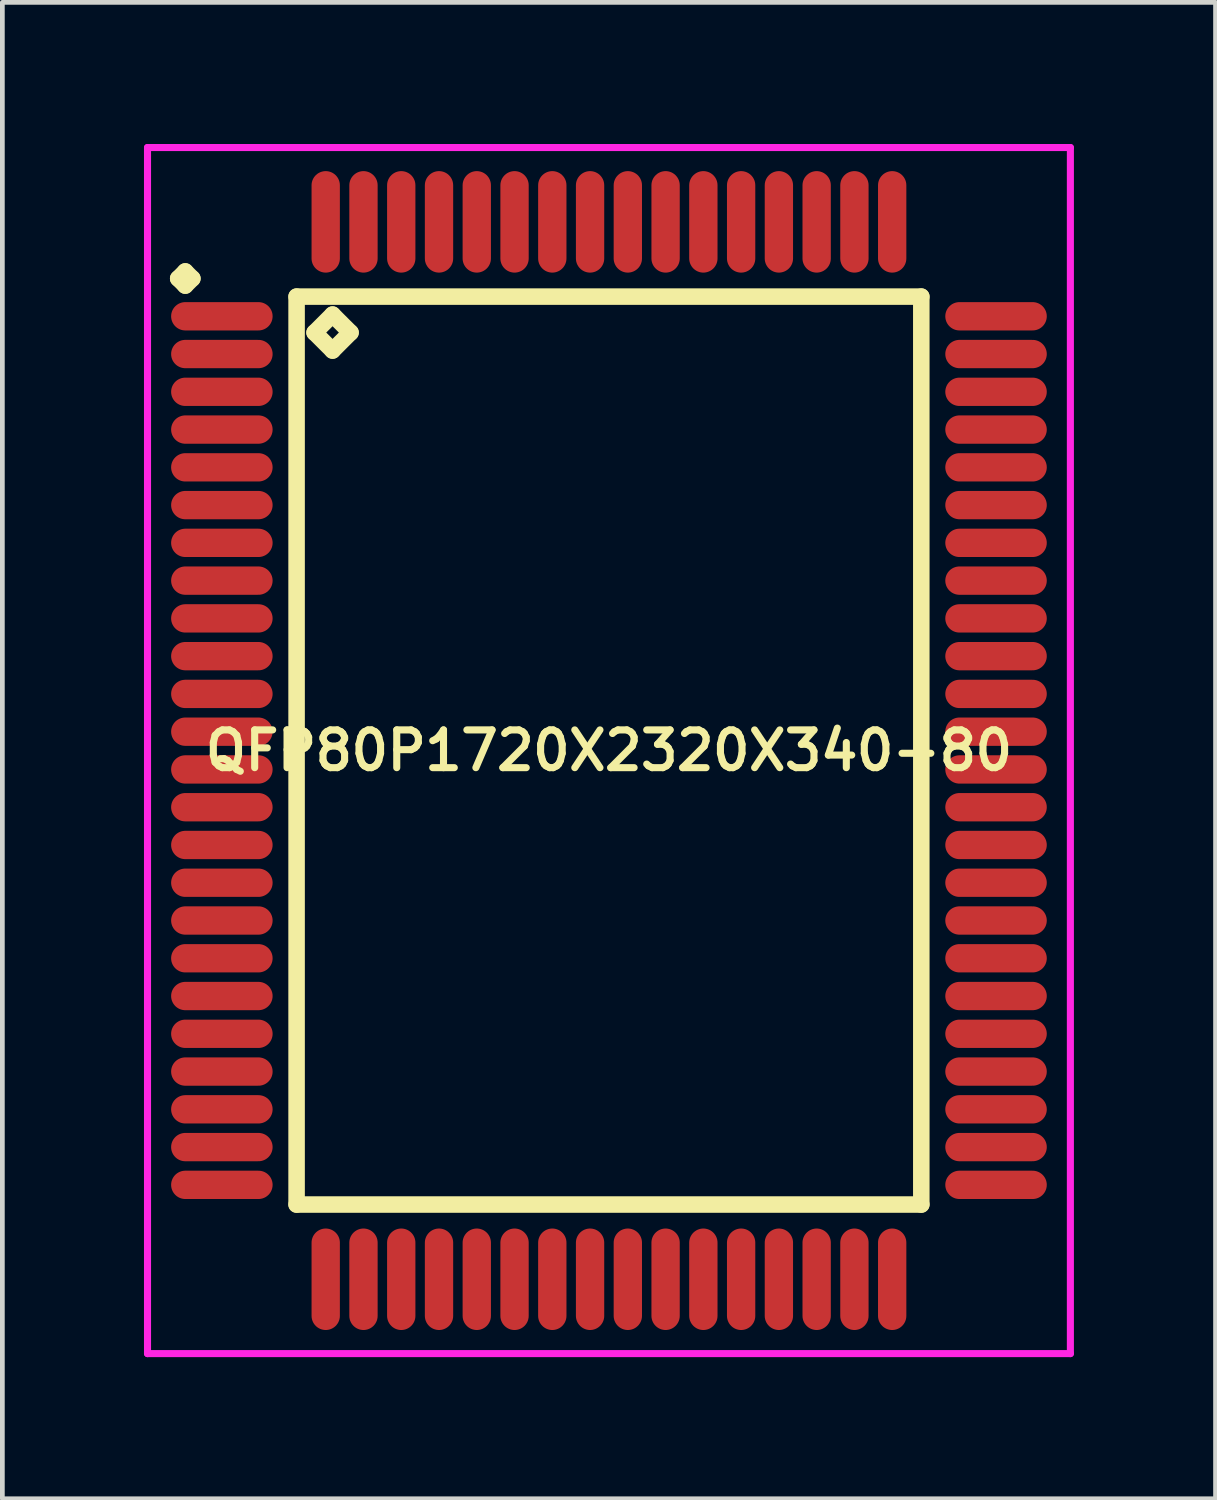
<source format=kicad_pcb>
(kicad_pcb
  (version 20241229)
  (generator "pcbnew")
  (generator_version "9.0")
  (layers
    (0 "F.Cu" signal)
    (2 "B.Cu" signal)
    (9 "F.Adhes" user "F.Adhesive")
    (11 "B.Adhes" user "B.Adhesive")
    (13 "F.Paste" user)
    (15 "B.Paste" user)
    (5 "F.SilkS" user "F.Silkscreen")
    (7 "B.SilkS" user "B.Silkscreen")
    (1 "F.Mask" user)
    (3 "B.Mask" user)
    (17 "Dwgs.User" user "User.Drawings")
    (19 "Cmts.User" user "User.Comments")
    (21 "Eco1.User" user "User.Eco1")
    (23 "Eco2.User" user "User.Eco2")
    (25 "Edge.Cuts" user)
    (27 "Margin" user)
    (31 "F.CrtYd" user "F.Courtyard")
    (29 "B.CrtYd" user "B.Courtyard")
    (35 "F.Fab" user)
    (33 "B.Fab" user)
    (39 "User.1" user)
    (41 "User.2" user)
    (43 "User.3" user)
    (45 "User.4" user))
  (footprint "QFP80P1720X2320X340-80"
    (layer "F.Cu")
    (at 9.85 12.85)
    (property "Reference" "QFP80P1720X2320X340-80" (at 0 0 0) (layer "F.SilkS") (effects (font (size 0.8 0.8) (thickness 0.15))))
    (attr smd)
    (fp_line (start -9.125 -10) (end -8.975 -10.15) (stroke (width 0.35) (type solid)) (layer "F.SilkS"))
    (fp_line (start -8.975 -10.15) (end -8.825 -10) (stroke (width 0.35) (type solid)) (layer "F.SilkS"))
    (fp_line (start -8.975 -9.85) (end -9.125 -10) (stroke (width 0.35) (type solid)) (layer "F.SilkS"))
    (fp_line (start -8.825 -10) (end -8.975 -9.85) (stroke (width 0.35) (type solid)) (layer "F.SilkS"))
    (fp_line (start -6.617 -9.617) (end -6.617 9.617) (stroke (width 0.35) (type solid)) (layer "F.SilkS"))
    (fp_line (start -6.617 9.617) (end 6.617 9.617) (stroke (width 0.35) (type solid)) (layer "F.SilkS"))
    (fp_line (start -6.236 -8.855) (end -5.855 -9.236) (stroke (width 0.35) (type solid)) (layer "F.SilkS"))
    (fp_line (start -5.855 -9.236) (end -5.474 -8.855) (stroke (width 0.35) (type solid)) (layer "F.SilkS"))
    (fp_line (start -5.855 -8.474) (end -6.236 -8.855) (stroke (width 0.35) (type solid)) (layer "F.SilkS"))
    (fp_line (start -5.474 -8.855) (end -5.855 -8.474) (stroke (width 0.35) (type solid)) (layer "F.SilkS"))
    (fp_line (start 6.617 -9.617) (end -6.617 -9.617) (stroke (width 0.35) (type solid)) (layer "F.SilkS"))
    (fp_line (start 6.617 9.617) (end 6.617 -9.617) (stroke (width 0.35) (type solid)) (layer "F.SilkS"))
    (fp_line (start -9.775 -12.775) (end 9.775 -12.775) (stroke (width 0.15) (type solid)) (layer "F.CrtYd"))
    (fp_line (start -9.775 12.775) (end -9.775 -12.775) (stroke (width 0.15) (type solid)) (layer "F.CrtYd"))
    (fp_line (start 9.775 -12.775) (end 9.775 12.775) (stroke (width 0.15) (type solid)) (layer "F.CrtYd"))
    (fp_line (start 9.775 12.775) (end -9.775 12.775) (stroke (width 0.15) (type solid)) (layer "F.CrtYd"))
    (pad "1" smd oval (at -8.2 -9.2) (size 2.15 0.6) (layers "F.Cu" "F.Mask" "F.Paste"))
    (pad "2" smd oval (at -8.2 -8.4) (size 2.15 0.6) (layers "F.Cu" "F.Mask" "F.Paste"))
    (pad "3" smd oval (at -8.2 -7.6) (size 2.15 0.6) (layers "F.Cu" "F.Mask" "F.Paste"))
    (pad "4" smd oval (at -8.2 -6.8) (size 2.15 0.6) (layers "F.Cu" "F.Mask" "F.Paste"))
    (pad "5" smd oval (at -8.2 -6) (size 2.15 0.6) (layers "F.Cu" "F.Mask" "F.Paste"))
    (pad "6" smd oval (at -8.2 -5.2) (size 2.15 0.6) (layers "F.Cu" "F.Mask" "F.Paste"))
    (pad "7" smd oval (at -8.2 -4.4) (size 2.15 0.6) (layers "F.Cu" "F.Mask" "F.Paste"))
    (pad "8" smd oval (at -8.2 -3.6) (size 2.15 0.6) (layers "F.Cu" "F.Mask" "F.Paste"))
    (pad "9" smd oval (at -8.2 -2.8) (size 2.15 0.6) (layers "F.Cu" "F.Mask" "F.Paste"))
    (pad "10" smd oval (at -8.2 -2) (size 2.15 0.6) (layers "F.Cu" "F.Mask" "F.Paste"))
    (pad "11" smd oval (at -8.2 -1.2) (size 2.15 0.6) (layers "F.Cu" "F.Mask" "F.Paste"))
    (pad "12" smd oval (at -8.2 -0.4) (size 2.15 0.6) (layers "F.Cu" "F.Mask" "F.Paste"))
    (pad "13" smd oval (at -8.2 0.4) (size 2.15 0.6) (layers "F.Cu" "F.Mask" "F.Paste"))
    (pad "14" smd oval (at -8.2 1.2) (size 2.15 0.6) (layers "F.Cu" "F.Mask" "F.Paste"))
    (pad "15" smd oval (at -8.2 2) (size 2.15 0.6) (layers "F.Cu" "F.Mask" "F.Paste"))
    (pad "16" smd oval (at -8.2 2.8) (size 2.15 0.6) (layers "F.Cu" "F.Mask" "F.Paste"))
    (pad "17" smd oval (at -8.2 3.6) (size 2.15 0.6) (layers "F.Cu" "F.Mask" "F.Paste"))
    (pad "18" smd oval (at -8.2 4.4) (size 2.15 0.6) (layers "F.Cu" "F.Mask" "F.Paste"))
    (pad "19" smd oval (at -8.2 5.2) (size 2.15 0.6) (layers "F.Cu" "F.Mask" "F.Paste"))
    (pad "20" smd oval (at -8.2 6) (size 2.15 0.6) (layers "F.Cu" "F.Mask" "F.Paste"))
    (pad "21" smd oval (at -8.2 6.8) (size 2.15 0.6) (layers "F.Cu" "F.Mask" "F.Paste"))
    (pad "22" smd oval (at -8.2 7.6) (size 2.15 0.6) (layers "F.Cu" "F.Mask" "F.Paste"))
    (pad "23" smd oval (at -8.2 8.4) (size 2.15 0.6) (layers "F.Cu" "F.Mask" "F.Paste"))
    (pad "24" smd oval (at -8.2 9.2) (size 2.15 0.6) (layers "F.Cu" "F.Mask" "F.Paste"))
    (pad "25" smd oval (at -6 11.2) (size 0.6 2.15) (layers "F.Cu" "F.Mask" "F.Paste"))
    (pad "26" smd oval (at -5.2 11.2) (size 0.6 2.15) (layers "F.Cu" "F.Mask" "F.Paste"))
    (pad "27" smd oval (at -4.4 11.2) (size 0.6 2.15) (layers "F.Cu" "F.Mask" "F.Paste"))
    (pad "28" smd oval (at -3.6 11.2) (size 0.6 2.15) (layers "F.Cu" "F.Mask" "F.Paste"))
    (pad "29" smd oval (at -2.8 11.2) (size 0.6 2.15) (layers "F.Cu" "F.Mask" "F.Paste"))
    (pad "30" smd oval (at -2 11.2) (size 0.6 2.15) (layers "F.Cu" "F.Mask" "F.Paste"))
    (pad "31" smd oval (at -1.2 11.2) (size 0.6 2.15) (layers "F.Cu" "F.Mask" "F.Paste"))
    (pad "32" smd oval (at -0.4 11.2) (size 0.6 2.15) (layers "F.Cu" "F.Mask" "F.Paste"))
    (pad "33" smd oval (at 0.4 11.2) (size 0.6 2.15) (layers "F.Cu" "F.Mask" "F.Paste"))
    (pad "34" smd oval (at 1.2 11.2) (size 0.6 2.15) (layers "F.Cu" "F.Mask" "F.Paste"))
    (pad "35" smd oval (at 2 11.2) (size 0.6 2.15) (layers "F.Cu" "F.Mask" "F.Paste"))
    (pad "36" smd oval (at 2.8 11.2) (size 0.6 2.15) (layers "F.Cu" "F.Mask" "F.Paste"))
    (pad "37" smd oval (at 3.6 11.2) (size 0.6 2.15) (layers "F.Cu" "F.Mask" "F.Paste"))
    (pad "38" smd oval (at 4.4 11.2) (size 0.6 2.15) (layers "F.Cu" "F.Mask" "F.Paste"))
    (pad "39" smd oval (at 5.2 11.2) (size 0.6 2.15) (layers "F.Cu" "F.Mask" "F.Paste"))
    (pad "40" smd oval (at 6 11.2) (size 0.6 2.15) (layers "F.Cu" "F.Mask" "F.Paste"))
    (pad "41" smd oval (at 8.2 9.2) (size 2.15 0.6) (layers "F.Cu" "F.Mask" "F.Paste"))
    (pad "42" smd oval (at 8.2 8.4) (size 2.15 0.6) (layers "F.Cu" "F.Mask" "F.Paste"))
    (pad "43" smd oval (at 8.2 7.6) (size 2.15 0.6) (layers "F.Cu" "F.Mask" "F.Paste"))
    (pad "44" smd oval (at 8.2 6.8) (size 2.15 0.6) (layers "F.Cu" "F.Mask" "F.Paste"))
    (pad "45" smd oval (at 8.2 6) (size 2.15 0.6) (layers "F.Cu" "F.Mask" "F.Paste"))
    (pad "46" smd oval (at 8.2 5.2) (size 2.15 0.6) (layers "F.Cu" "F.Mask" "F.Paste"))
    (pad "47" smd oval (at 8.2 4.4) (size 2.15 0.6) (layers "F.Cu" "F.Mask" "F.Paste"))
    (pad "48" smd oval (at 8.2 3.6) (size 2.15 0.6) (layers "F.Cu" "F.Mask" "F.Paste"))
    (pad "49" smd oval (at 8.2 2.8) (size 2.15 0.6) (layers "F.Cu" "F.Mask" "F.Paste"))
    (pad "50" smd oval (at 8.2 2) (size 2.15 0.6) (layers "F.Cu" "F.Mask" "F.Paste"))
    (pad "51" smd oval (at 8.2 1.2) (size 2.15 0.6) (layers "F.Cu" "F.Mask" "F.Paste"))
    (pad "52" smd oval (at 8.2 0.4) (size 2.15 0.6) (layers "F.Cu" "F.Mask" "F.Paste"))
    (pad "53" smd oval (at 8.2 -0.4) (size 2.15 0.6) (layers "F.Cu" "F.Mask" "F.Paste"))
    (pad "54" smd oval (at 8.2 -1.2) (size 2.15 0.6) (layers "F.Cu" "F.Mask" "F.Paste"))
    (pad "55" smd oval (at 8.2 -2) (size 2.15 0.6) (layers "F.Cu" "F.Mask" "F.Paste"))
    (pad "56" smd oval (at 8.2 -2.8) (size 2.15 0.6) (layers "F.Cu" "F.Mask" "F.Paste"))
    (pad "57" smd oval (at 8.2 -3.6) (size 2.15 0.6) (layers "F.Cu" "F.Mask" "F.Paste"))
    (pad "58" smd oval (at 8.2 -4.4) (size 2.15 0.6) (layers "F.Cu" "F.Mask" "F.Paste"))
    (pad "59" smd oval (at 8.2 -5.2) (size 2.15 0.6) (layers "F.Cu" "F.Mask" "F.Paste"))
    (pad "60" smd oval (at 8.2 -6) (size 2.15 0.6) (layers "F.Cu" "F.Mask" "F.Paste"))
    (pad "61" smd oval (at 8.2 -6.8) (size 2.15 0.6) (layers "F.Cu" "F.Mask" "F.Paste"))
    (pad "62" smd oval (at 8.2 -7.6) (size 2.15 0.6) (layers "F.Cu" "F.Mask" "F.Paste"))
    (pad "63" smd oval (at 8.2 -8.4) (size 2.15 0.6) (layers "F.Cu" "F.Mask" "F.Paste"))
    (pad "64" smd oval (at 8.2 -9.2) (size 2.15 0.6) (layers "F.Cu" "F.Mask" "F.Paste"))
    (pad "65" smd oval (at 6 -11.2) (size 0.6 2.15) (layers "F.Cu" "F.Mask" "F.Paste"))
    (pad "66" smd oval (at 5.2 -11.2) (size 0.6 2.15) (layers "F.Cu" "F.Mask" "F.Paste"))
    (pad "67" smd oval (at 4.4 -11.2) (size 0.6 2.15) (layers "F.Cu" "F.Mask" "F.Paste"))
    (pad "68" smd oval (at 3.6 -11.2) (size 0.6 2.15) (layers "F.Cu" "F.Mask" "F.Paste"))
    (pad "69" smd oval (at 2.8 -11.2) (size 0.6 2.15) (layers "F.Cu" "F.Mask" "F.Paste"))
    (pad "70" smd oval (at 2 -11.2) (size 0.6 2.15) (layers "F.Cu" "F.Mask" "F.Paste"))
    (pad "71" smd oval (at 1.2 -11.2) (size 0.6 2.15) (layers "F.Cu" "F.Mask" "F.Paste"))
    (pad "72" smd oval (at 0.4 -11.2) (size 0.6 2.15) (layers "F.Cu" "F.Mask" "F.Paste"))
    (pad "73" smd oval (at -0.4 -11.2) (size 0.6 2.15) (layers "F.Cu" "F.Mask" "F.Paste"))
    (pad "74" smd oval (at -1.2 -11.2) (size 0.6 2.15) (layers "F.Cu" "F.Mask" "F.Paste"))
    (pad "75" smd oval (at -2 -11.2) (size 0.6 2.15) (layers "F.Cu" "F.Mask" "F.Paste"))
    (pad "76" smd oval (at -2.8 -11.2) (size 0.6 2.15) (layers "F.Cu" "F.Mask" "F.Paste"))
    (pad "77" smd oval (at -3.6 -11.2) (size 0.6 2.15) (layers "F.Cu" "F.Mask" "F.Paste"))
    (pad "78" smd oval (at -4.4 -11.2) (size 0.6 2.15) (layers "F.Cu" "F.Mask" "F.Paste"))
    (pad "79" smd oval (at -5.2 -11.2) (size 0.6 2.15) (layers "F.Cu" "F.Mask" "F.Paste"))
    (pad "80" smd oval (at -6 -11.2) (size 0.6 2.15) (layers "F.Cu" "F.Mask" "F.Paste")))
  (gr_rect
    (start -3 -3)
    (end 22.7 28.7)
    (stroke (width 0.1) (type default))
    (fill no)
    (layer "Edge.Cuts")))
</source>
